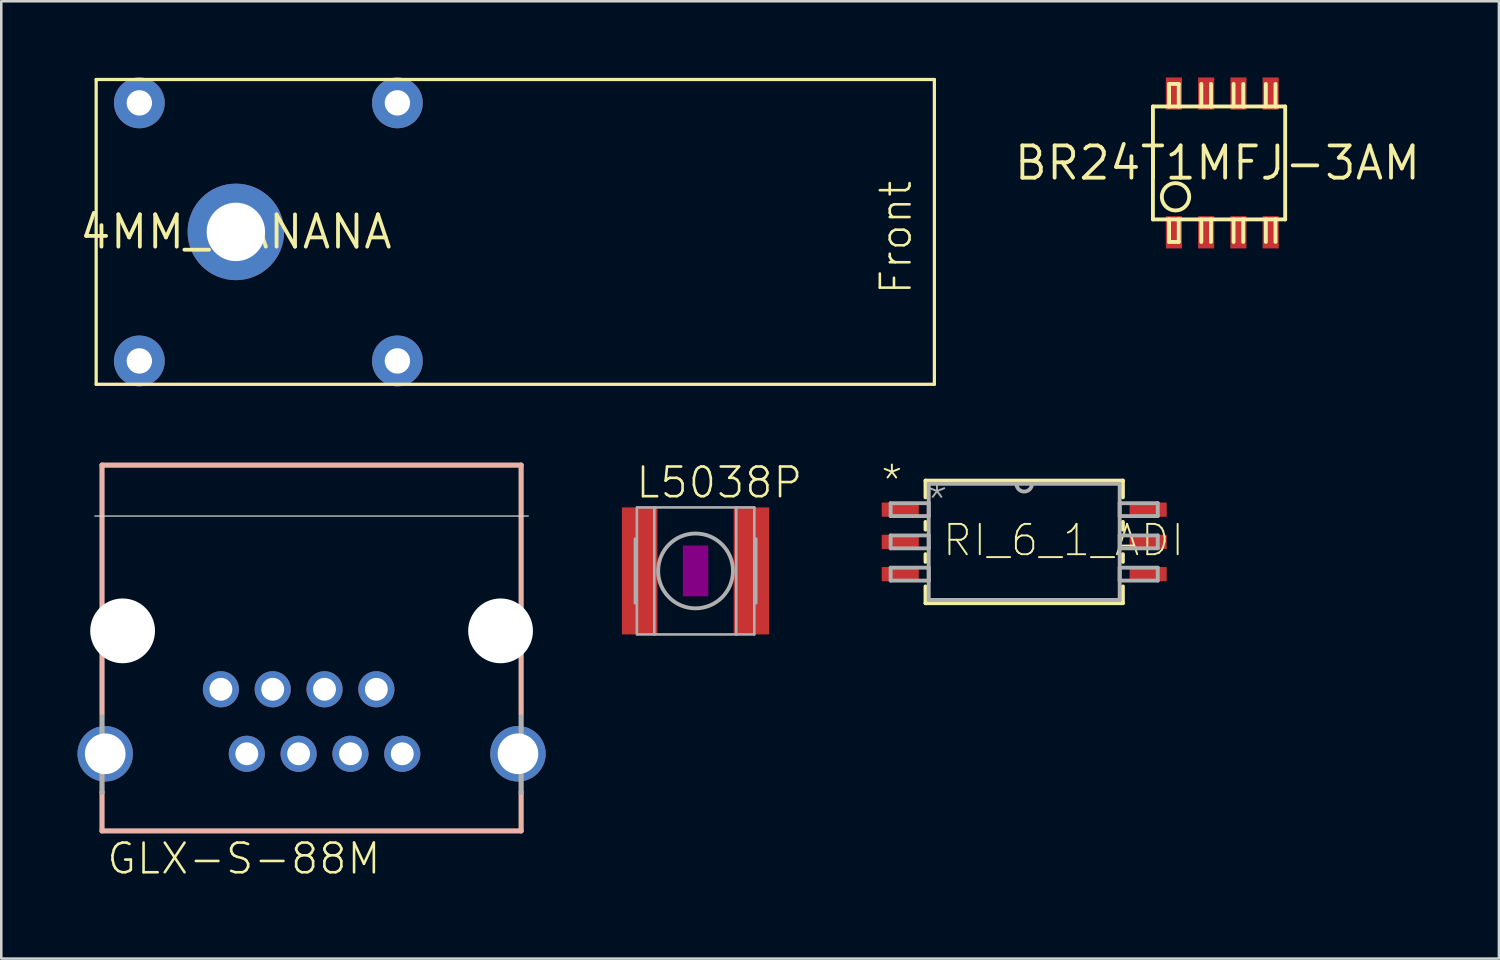
<source format=kicad_pcb>
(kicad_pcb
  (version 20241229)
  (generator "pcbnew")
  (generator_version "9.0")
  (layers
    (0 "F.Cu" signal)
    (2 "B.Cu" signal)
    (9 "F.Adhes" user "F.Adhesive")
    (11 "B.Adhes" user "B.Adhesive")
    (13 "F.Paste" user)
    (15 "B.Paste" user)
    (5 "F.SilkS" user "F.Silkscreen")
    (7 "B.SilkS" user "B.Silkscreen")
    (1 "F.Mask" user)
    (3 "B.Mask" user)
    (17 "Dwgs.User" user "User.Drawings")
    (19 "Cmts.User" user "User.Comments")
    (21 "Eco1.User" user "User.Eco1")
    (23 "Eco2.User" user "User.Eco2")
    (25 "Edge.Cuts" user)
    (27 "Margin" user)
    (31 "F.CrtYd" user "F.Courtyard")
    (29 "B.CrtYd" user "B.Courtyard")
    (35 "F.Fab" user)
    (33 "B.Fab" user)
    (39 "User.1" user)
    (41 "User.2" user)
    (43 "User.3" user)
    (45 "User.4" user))
  (footprint "BR24T1MFJ-3AM"
    (layer "F.Cu")
    (at 44.881 3.365)
    (property "Reference" "BR24T1MFJ-3AM" (at 0 0 0) (layer "F.SilkS") (effects (font (size 1.27 1.27) (thickness 0.15))))
    (fp_line (start -2.54 -2.223) (end -2.54 2.223) (stroke (width 0.152) (type solid)) (layer "F.SilkS"))
    (fp_line (start -2.54 2.223) (end -1.905 2.223) (stroke (width 0.152) (type solid)) (layer "F.SilkS"))
    (fp_line (start -1.905 -3.111) (end -1.524 -3.111) (stroke (width 0.152) (type solid)) (layer "F.SilkS"))
    (fp_line (start -1.905 -2.223) (end -2.54 -2.223) (stroke (width 0.152) (type solid)) (layer "F.SilkS"))
    (fp_line (start -1.905 -2.223) (end -1.905 -3.111) (stroke (width 0.152) (type solid)) (layer "F.SilkS"))
    (fp_line (start -1.905 2.223) (end -1.905 3.111) (stroke (width 0.152) (type solid)) (layer "F.SilkS"))
    (fp_line (start -1.905 2.223) (end -1.524 2.223) (stroke (width 0.152) (type solid)) (layer "F.SilkS"))
    (fp_line (start -1.905 3.111) (end -1.524 3.111) (stroke (width 0.152) (type solid)) (layer "F.SilkS"))
    (fp_line (start -1.524 -3.111) (end -1.524 -2.223) (stroke (width 0.152) (type solid)) (layer "F.SilkS"))
    (fp_line (start -1.524 -2.223) (end -1.905 -2.223) (stroke (width 0.152) (type solid)) (layer "F.SilkS"))
    (fp_line (start -1.524 2.223) (end -0.254 2.223) (stroke (width 0.152) (type solid)) (layer "F.SilkS"))
    (fp_line (start -1.524 3.111) (end -1.524 2.223) (stroke (width 0.152) (type solid)) (layer "F.SilkS"))
    (fp_line (start -0.635 -3.111) (end -0.635 -2.223) (stroke (width 0.152) (type solid)) (layer "F.SilkS"))
    (fp_line (start -0.635 2.223) (end -0.635 3.111) (stroke (width 0.152) (type solid)) (layer "F.SilkS"))
    (fp_line (start -0.254 -2.223) (end -1.524 -2.223) (stroke (width 0.152) (type solid)) (layer "F.SilkS"))
    (fp_line (start -0.254 -2.223) (end -0.254 -3.111) (stroke (width 0.152) (type solid)) (layer "F.SilkS"))
    (fp_line (start -0.254 2.223) (end -0.254 3.111) (stroke (width 0.152) (type solid)) (layer "F.SilkS"))
    (fp_line (start -0.254 2.223) (end 1.016 2.223) (stroke (width 0.152) (type solid)) (layer "F.SilkS"))
    (fp_line (start 0.635 -3.111) (end 0.635 -2.223) (stroke (width 0.152) (type solid)) (layer "F.SilkS"))
    (fp_line (start 0.635 2.223) (end 0.635 3.111) (stroke (width 0.152) (type solid)) (layer "F.SilkS"))
    (fp_line (start 1.016 -2.223) (end -0.254 -2.223) (stroke (width 0.152) (type solid)) (layer "F.SilkS"))
    (fp_line (start 1.016 -2.223) (end 1.016 -3.111) (stroke (width 0.152) (type solid)) (layer "F.SilkS"))
    (fp_line (start 1.016 2.223) (end 1.016 3.111) (stroke (width 0.152) (type solid)) (layer "F.SilkS"))
    (fp_line (start 1.016 2.223) (end 2.286 2.223) (stroke (width 0.152) (type solid)) (layer "F.SilkS"))
    (fp_line (start 1.905 -3.111) (end 1.905 -2.223) (stroke (width 0.152) (type solid)) (layer "F.SilkS"))
    (fp_line (start 1.905 2.223) (end 1.905 3.111) (stroke (width 0.152) (type solid)) (layer "F.SilkS"))
    (fp_line (start 2.286 -2.223) (end 1.016 -2.223) (stroke (width 0.152) (type solid)) (layer "F.SilkS"))
    (fp_line (start 2.286 -2.223) (end 2.286 -3.111) (stroke (width 0.152) (type solid)) (layer "F.SilkS"))
    (fp_line (start 2.286 2.223) (end 2.286 3.111) (stroke (width 0.152) (type solid)) (layer "F.SilkS"))
    (fp_line (start 2.286 2.223) (end 2.667 2.223) (stroke (width 0.152) (type solid)) (layer "F.SilkS"))
    (fp_line (start 2.667 -2.223) (end 2.286 -2.223) (stroke (width 0.152) (type solid)) (layer "F.SilkS"))
    (fp_line (start 2.667 2.223) (end 2.667 -2.223) (stroke (width 0.152) (type solid)) (layer "F.SilkS"))
    (fp_circle (center -1.651 1.333) (end -1.112 1.333) (stroke (width 0.152) (type solid)) (fill no) (layer "F.SilkS"))
    (pad "1" smd rect (at -1.714 2.731 90) (size 1.27 0.635) (layers "F.Cu" "F.Mask" "F.Paste"))
    (pad "2" smd rect (at -0.445 2.731 90) (size 1.27 0.635) (layers "F.Cu" "F.Mask" "F.Paste"))
    (pad "3" smd rect (at 0.826 2.731 90) (size 1.27 0.635) (layers "F.Cu" "F.Mask" "F.Paste"))
    (pad "4" smd rect (at 2.095 2.731 90) (size 1.27 0.635) (layers "F.Cu" "F.Mask" "F.Paste"))
    (pad "5" smd rect (at 2.095 -2.731 90) (size 1.27 0.635) (layers "F.Cu" "F.Mask" "F.Paste"))
    (pad "6" smd rect (at 0.826 -2.731 90) (size 1.27 0.635) (layers "F.Cu" "F.Mask" "F.Paste"))
    (pad "7" smd rect (at -0.445 -2.731 90) (size 1.27 0.635) (layers "F.Cu" "F.Mask" "F.Paste"))
    (pad "8" smd rect (at -1.714 -2.731 90) (size 1.27 0.635) (layers "F.Cu" "F.Mask" "F.Paste")))
  (footprint "4MM_BANANA"
    (layer "F.Cu")
    (at 6.236 6.08)
    (property "Reference" "4MM_BANANA" (at 0 0 0) (layer "F.SilkS") (effects (font (size 1.27 1.27) (thickness 0.15))))
    (fp_line (start -5.5 -6) (end 27.5 -6) (stroke (width 0.127) (type solid)) (layer "F.SilkS"))
    (fp_line (start -5.5 6) (end -5.5 -6) (stroke (width 0.127) (type solid)) (layer "F.SilkS"))
    (fp_line (start 27.5 -6) (end 27.5 6) (stroke (width 0.127) (type solid)) (layer "F.SilkS"))
    (fp_line (start 27.5 6) (end -5.5 6) (stroke (width 0.127) (type solid)) (layer "F.SilkS"))
    (fp_text user "Front" (at 26.67 2.54 90) (layer "F.SilkS") (effects (font (size 1.168 1.168) (thickness 0.102)) (justify left bottom)))
    (pad "P$1" thru_hole circle (at 0 0) (size 3.8 3.8) (drill 2.3) (layers "*.Cu" "*.Mask"))
    (pad "P$2" thru_hole circle (at -3.8 -5.08) (size 2 2) (drill 1) (layers "*.Cu" "*.Mask"))
    (pad "P$3" thru_hole circle (at 6.36 -5.08) (size 2 2) (drill 1) (layers "*.Cu" "*.Mask"))
    (pad "P$4" thru_hole circle (at 6.36 5.08) (size 2 2) (drill 1) (layers "*.Cu" "*.Mask"))
    (pad "P$5" thru_hole circle (at -3.8 5.08) (size 2 2) (drill 1) (layers "*.Cu" "*.Mask")))
  (footprint "GLX-S-88M"
    (layer "F.Cu")
    (at 9.217 21.787)
    (property "Reference" "GLX-S-88M" (at -8.128 9.652 0) (layer "F.SilkS") (effects (font (size 1.168 1.168) (thickness 0.102)) (justify left bottom)))
    (fp_line (start -8.25 -6.525) (end 8.25 -6.525) (stroke (width 0.203) (type solid)) (layer "B.SilkS"))
    (fp_line (start -8.25 3.302) (end -8.25 -6.525) (stroke (width 0.203) (type solid)) (layer "B.SilkS"))
    (fp_line (start -8.25 7.875) (end -8.25 6.35) (stroke (width 0.203) (type solid)) (layer "B.SilkS"))
    (fp_line (start 8.25 -6.525) (end 8.25 3.302) (stroke (width 0.203) (type solid)) (layer "B.SilkS"))
    (fp_line (start 8.25 6.35) (end 8.25 7.875) (stroke (width 0.203) (type solid)) (layer "B.SilkS"))
    (fp_line (start 8.25 7.875) (end -8.25 7.875) (stroke (width 0.203) (type solid)) (layer "B.SilkS"))
    (fp_line (start -8.532 -4.52) (end 8.532 -4.52) (stroke (width 0.05) (type solid)) (layer "Edge.Cuts"))
    (fp_line (start -8.25 6.351) (end -8.25 3.381) (stroke (width 0.203) (type solid)) (layer "F.Fab"))
    (fp_line (start 8.25 3.381) (end 8.25 6.351) (stroke (width 0.203) (type solid)) (layer "F.Fab"))
    (pad "" np_thru_hole circle (at -7.44 0) (size 2.55 2.55) (drill 2.55) (layers "*.Cu" "*.Mask"))
    (pad "" np_thru_hole circle (at 7.44 0) (size 2.55 2.55) (drill 2.55) (layers "*.Cu" "*.Mask"))
    (pad "1" thru_hole circle (at -3.57 2.3) (size 1.422 1.422) (drill 0.9) (layers "*.Cu" "*.Mask"))
    (pad "2" thru_hole circle (at -2.55 4.84) (size 1.422 1.422) (drill 0.9) (layers "*.Cu" "*.Mask"))
    (pad "3" thru_hole circle (at -1.53 2.3) (size 1.422 1.422) (drill 0.9) (layers "*.Cu" "*.Mask"))
    (pad "4" thru_hole circle (at -0.51 4.84) (size 1.422 1.422) (drill 0.9) (layers "*.Cu" "*.Mask"))
    (pad "5" thru_hole circle (at 0.51 2.3) (size 1.422 1.422) (drill 0.9) (layers "*.Cu" "*.Mask"))
    (pad "6" thru_hole circle (at 1.53 4.84) (size 1.422 1.422) (drill 0.9) (layers "*.Cu" "*.Mask"))
    (pad "7" thru_hole circle (at 2.55 2.3) (size 1.422 1.422) (drill 0.9) (layers "*.Cu" "*.Mask"))
    (pad "8" thru_hole circle (at 3.57 4.84) (size 1.422 1.422) (drill 0.9) (layers "*.Cu" "*.Mask"))
    (pad "S1" thru_hole circle (at -8.125 4.84) (size 2.184 2.184) (drill 1.6) (layers "*.Cu" "*.Mask"))
    (pad "S2" thru_hole circle (at 8.125 4.84) (size 2.184 2.184) (drill 1.6) (layers "*.Cu" "*.Mask")))
  (footprint "RI_6_1_ADI"
    (layer "F.Cu")
    (at 37.273 18.284)
    (property "Reference" "RI_6_1_ADI" (at -3.277 0.635 0) (layer "F.SilkS") (effects (font (size 1.194 1.194) (thickness 0.076)) (justify left bottom)))
    (fp_line (start -3.886 -2.413) (end -3.886 -1.753) (stroke (width 0.152) (type solid)) (layer "F.SilkS"))
    (fp_line (start -3.886 -0.787) (end -3.886 -0.483) (stroke (width 0.152) (type solid)) (layer "F.SilkS"))
    (fp_line (start -3.886 0.483) (end -3.886 0.787) (stroke (width 0.152) (type solid)) (layer "F.SilkS"))
    (fp_line (start -3.886 1.753) (end -3.886 2.413) (stroke (width 0.152) (type solid)) (layer "F.SilkS"))
    (fp_line (start -3.886 2.413) (end 3.886 2.413) (stroke (width 0.152) (type solid)) (layer "F.SilkS"))
    (fp_line (start 3.886 -2.413) (end -3.886 -2.413) (stroke (width 0.152) (type solid)) (layer "F.SilkS"))
    (fp_line (start 3.886 -1.753) (end 3.886 -2.413) (stroke (width 0.152) (type solid)) (layer "F.SilkS"))
    (fp_line (start 3.886 -0.483) (end 3.886 -0.787) (stroke (width 0.152) (type solid)) (layer "F.SilkS"))
    (fp_line (start 3.886 0.787) (end 3.886 0.483) (stroke (width 0.152) (type solid)) (layer "F.SilkS"))
    (fp_line (start 3.886 2.413) (end 3.886 1.753) (stroke (width 0.152) (type solid)) (layer "F.SilkS"))
    (fp_line (start -5.258 -1.524) (end -5.258 -1.016) (stroke (width 0.152) (type solid)) (layer "F.Fab"))
    (fp_line (start -5.258 -1.016) (end -3.759 -1.016) (stroke (width 0.152) (type solid)) (layer "F.Fab"))
    (fp_line (start -5.258 -0.254) (end -5.258 0.254) (stroke (width 0.152) (type solid)) (layer "F.Fab"))
    (fp_line (start -5.258 0.254) (end -3.759 0.254) (stroke (width 0.152) (type solid)) (layer "F.Fab"))
    (fp_line (start -5.258 1.016) (end -5.258 1.524) (stroke (width 0.152) (type solid)) (layer "F.Fab"))
    (fp_line (start -5.258 1.524) (end -3.759 1.524) (stroke (width 0.152) (type solid)) (layer "F.Fab"))
    (fp_line (start -3.759 -2.286) (end -3.759 2.286) (stroke (width 0.152) (type solid)) (layer "F.Fab"))
    (fp_line (start -3.759 -1.524) (end -5.258 -1.524) (stroke (width 0.152) (type solid)) (layer "F.Fab"))
    (fp_line (start -3.759 -1.016) (end -3.759 -1.524) (stroke (width 0.152) (type solid)) (layer "F.Fab"))
    (fp_line (start -3.759 -0.254) (end -5.258 -0.254) (stroke (width 0.152) (type solid)) (layer "F.Fab"))
    (fp_line (start -3.759 0.254) (end -3.759 -0.254) (stroke (width 0.152) (type solid)) (layer "F.Fab"))
    (fp_line (start -3.759 1.016) (end -5.258 1.016) (stroke (width 0.152) (type solid)) (layer "F.Fab"))
    (fp_line (start -3.759 1.524) (end -3.759 1.016) (stroke (width 0.152) (type solid)) (layer "F.Fab"))
    (fp_line (start -3.759 2.286) (end 3.759 2.286) (stroke (width 0.152) (type solid)) (layer "F.Fab"))
    (fp_line (start -0.305 -2.286) (end -3.759 -2.286) (stroke (width 0.152) (type solid)) (layer "F.Fab"))
    (fp_line (start 0.305 -2.286) (end -0.305 -2.286) (stroke (width 0.152) (type solid)) (layer "F.Fab"))
    (fp_line (start 3.759 -2.286) (end 0.305 -2.286) (stroke (width 0.152) (type solid)) (layer "F.Fab"))
    (fp_line (start 3.759 -1.524) (end 3.759 -1.016) (stroke (width 0.152) (type solid)) (layer "F.Fab"))
    (fp_line (start 3.759 -1.016) (end 5.258 -1.016) (stroke (width 0.152) (type solid)) (layer "F.Fab"))
    (fp_line (start 3.759 -0.254) (end 3.759 0.254) (stroke (width 0.152) (type solid)) (layer "F.Fab"))
    (fp_line (start 3.759 0.254) (end 5.258 0.254) (stroke (width 0.152) (type solid)) (layer "F.Fab"))
    (fp_line (start 3.759 1.016) (end 3.759 1.524) (stroke (width 0.152) (type solid)) (layer "F.Fab"))
    (fp_line (start 3.759 1.524) (end 5.258 1.524) (stroke (width 0.152) (type solid)) (layer "F.Fab"))
    (fp_line (start 3.759 2.286) (end 3.759 -2.286) (stroke (width 0.152) (type solid)) (layer "F.Fab"))
    (fp_line (start 5.258 -1.524) (end 3.759 -1.524) (stroke (width 0.152) (type solid)) (layer "F.Fab"))
    (fp_line (start 5.258 -1.016) (end 5.258 -1.524) (stroke (width 0.152) (type solid)) (layer "F.Fab"))
    (fp_line (start 5.258 -0.254) (end 3.759 -0.254) (stroke (width 0.152) (type solid)) (layer "F.Fab"))
    (fp_line (start 5.258 0.254) (end 5.258 -0.254) (stroke (width 0.152) (type solid)) (layer "F.Fab"))
    (fp_line (start 5.258 1.016) (end 3.759 1.016) (stroke (width 0.152) (type solid)) (layer "F.Fab"))
    (fp_line (start 5.258 1.524) (end 5.258 1.016) (stroke (width 0.152) (type solid)) (layer "F.Fab"))
    (fp_arc (start 0.3048 -2.286) (mid 0 -1.9812) (end -0.3048 -2.286) (stroke (width 0.1524) (type solid)) (layer "F.Fab"))
    (fp_text user "*" (at -5.715 -1.702 0) (layer "F.SilkS") (effects (font (size 1.194 1.194) (thickness 0.076)) (justify left bottom)))
    (fp_text user "*" (at -3.937 -0.94 0) (layer "F.Fab") (effects (font (size 1.194 1.194) (thickness 0.076)) (justify left bottom)))
    (pad "1" smd rect (at -4.88 -1.27) (size 1.461 0.561) (layers "F.Cu" "F.Mask" "F.Paste"))
    (pad "2" smd rect (at -4.88 0) (size 1.461 0.561) (layers "F.Cu" "F.Mask" "F.Paste"))
    (pad "3" smd rect (at -4.88 1.27) (size 1.461 0.561) (layers "F.Cu" "F.Mask" "F.Paste"))
    (pad "4" smd rect (at 4.88 1.27) (size 1.461 0.561) (layers "F.Cu" "F.Mask" "F.Paste"))
    (pad "5" smd rect (at 4.88 0) (size 1.461 0.561) (layers "F.Cu" "F.Mask" "F.Paste"))
    (pad "6" smd rect (at 4.88 -1.27) (size 1.461 0.561) (layers "F.Cu" "F.Mask" "F.Paste")))
  (footprint "L5038P"
    (layer "F.Cu")
    (at 24.334 19.427)
    (property "Reference" "L5038P" (at -2.413 -2.794 0) (layer "F.SilkS") (effects (font (size 1.168 1.168) (thickness 0.102)) (justify left bottom)))
    (fp_poly (pts (xy -0.5 1) (xy 0.5 1) (xy 0.5 -1) (xy -0.5 -1)) (stroke (width 0) (type default)) (fill yes) (layer "F.Adhes"))
    (fp_line (start -2.386 1.27) (end -2.386 -1.27) (stroke (width 0.102) (type solid)) (layer "F.Fab"))
    (fp_line (start -2.31 2.5) (end -2.31 -2.5) (stroke (width 0.102) (type solid)) (layer "F.Fab"))
    (fp_line (start -2.286 -2.5) (end -1.624 -2.5) (stroke (width 0.102) (type solid)) (layer "F.Fab"))
    (fp_line (start -2.286 2.5) (end -1.624 2.5) (stroke (width 0.102) (type solid)) (layer "F.Fab"))
    (fp_line (start -1.624 -2.5) (end 1.602 -2.5) (stroke (width 0.102) (type solid)) (layer "F.Fab"))
    (fp_line (start -1.624 2.5) (end -1.624 -2.5) (stroke (width 0.102) (type solid)) (layer "F.Fab"))
    (fp_line (start -1.624 2.5) (end 1.602 2.5) (stroke (width 0.102) (type solid)) (layer "F.Fab"))
    (fp_line (start 1.602 -2.5) (end 2.311 -2.5) (stroke (width 0.102) (type solid)) (layer "F.Fab"))
    (fp_line (start 1.602 2.5) (end 1.602 -2.5) (stroke (width 0.102) (type solid)) (layer "F.Fab"))
    (fp_line (start 1.602 2.5) (end 2.311 2.5) (stroke (width 0.102) (type solid)) (layer "F.Fab"))
    (fp_line (start 2.313 2.5) (end 2.313 -2.5) (stroke (width 0.102) (type solid)) (layer "F.Fab"))
    (fp_line (start 2.389 1.27) (end 2.389 -1.27) (stroke (width 0.102) (type solid)) (layer "F.Fab"))
    (fp_circle (center 0 0) (end 1.473 0) (stroke (width 0.152) (type solid)) (fill no) (layer "F.Fab"))
    (pad "1" smd rect (at -2.2 0) (size 1.4 5) (layers "F.Cu" "F.Mask" "F.Paste"))
    (pad "2" smd rect (at 2.2 0) (size 1.4 5) (layers "F.Cu" "F.Mask" "F.Paste")))
  (gr_rect
    (start -3 -3)
    (end 55.962 34.689)
    (stroke (width 0.1) (type default))
    (fill no)
    (layer "Edge.Cuts")))
</source>
